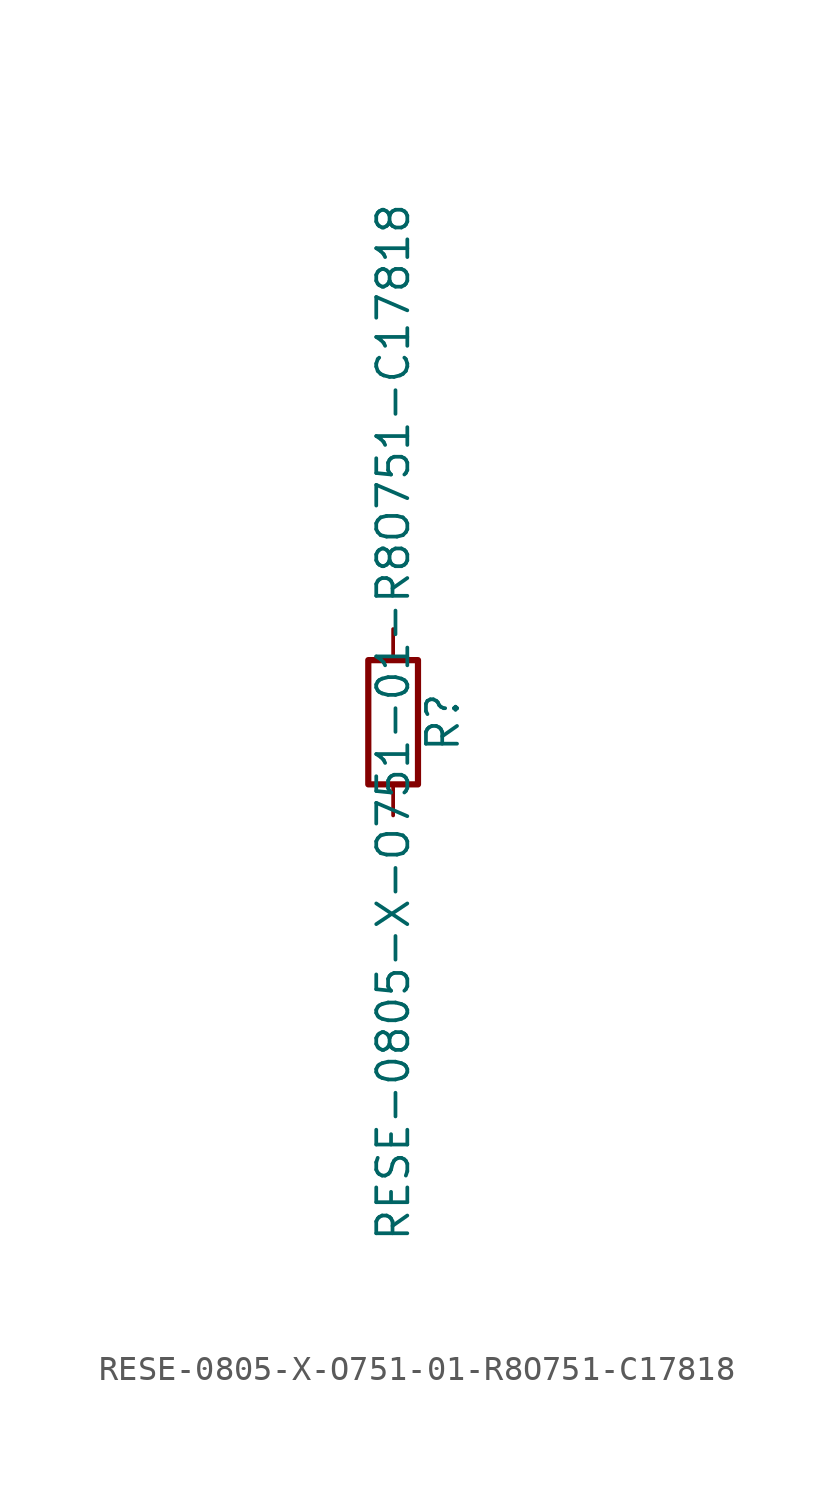
<source format=kicad_sym>
(kicad_symbol_lib
  (version 20211014)
  (generator kicad_symbol_editor)
  (symbol "RESE-0805-X-O751-01-R8O751-C17818"
    (pin_numbers hide)
    (pin_names
      (offset 0))
    (property "Reference" "R"
      (at 2.032 0 90)
      (effects (font (size 1.27 1.27))))
    (property "Value" "RESE-0805-X-O751-01-R8O751-C17818"
      (at 0 0 90)
      (effects (font (size 1.27 1.27))))
    (symbol "RESE-0805-X-O751-01-R8O751-C17818_0_1"
      (rectangle (start -1.016 -2.54) (end 1.016 2.54) (stroke (width 0.254) (type default) (color 0 0 0 0)) (fill (type none))))
    (symbol "RESE-0805-X-O751-01-R8O751-C17818_1_1"
      (pin passive line (at 0 3.81 270) (length 1.27) (name "~" (effects (font (size 1.27 1.27)))) (number "1" (effects (font (size 1.27 1.27)))))
      (pin passive line (at 0 -3.81 90) (length 1.27) (name "~" (effects (font (size 1.27 1.27)))) (number "2" (effects (font (size 1.27 1.27))))))))
</source>
